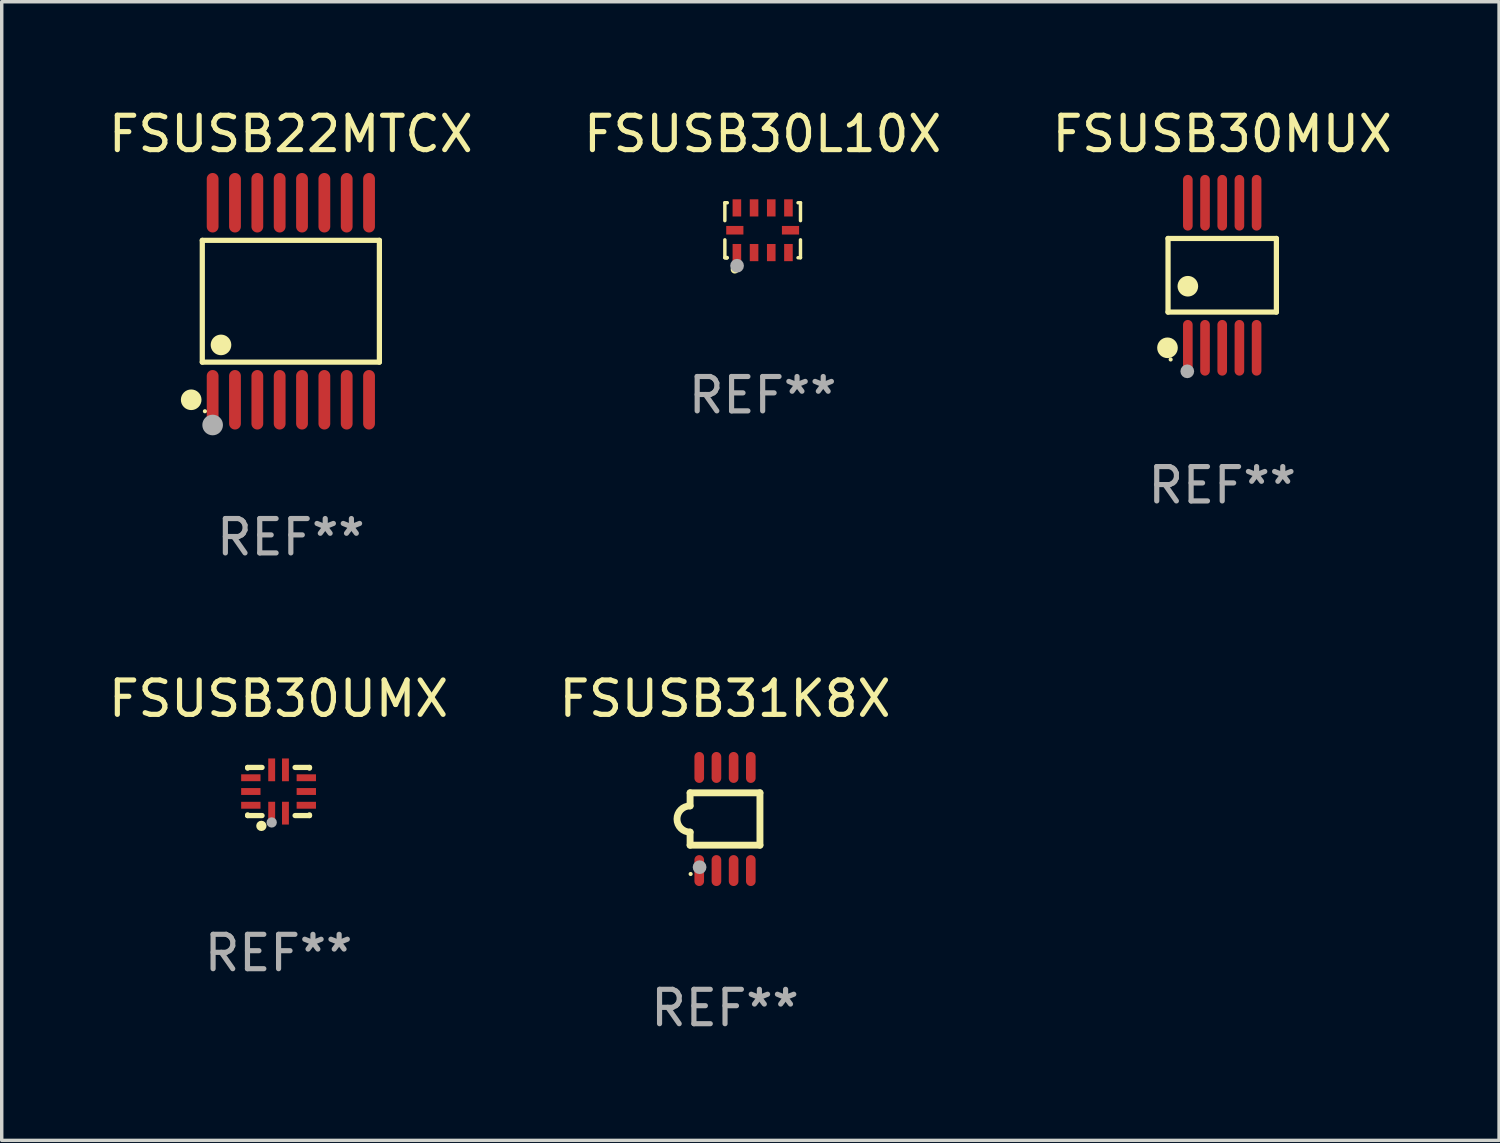
<source format=kicad_pcb>
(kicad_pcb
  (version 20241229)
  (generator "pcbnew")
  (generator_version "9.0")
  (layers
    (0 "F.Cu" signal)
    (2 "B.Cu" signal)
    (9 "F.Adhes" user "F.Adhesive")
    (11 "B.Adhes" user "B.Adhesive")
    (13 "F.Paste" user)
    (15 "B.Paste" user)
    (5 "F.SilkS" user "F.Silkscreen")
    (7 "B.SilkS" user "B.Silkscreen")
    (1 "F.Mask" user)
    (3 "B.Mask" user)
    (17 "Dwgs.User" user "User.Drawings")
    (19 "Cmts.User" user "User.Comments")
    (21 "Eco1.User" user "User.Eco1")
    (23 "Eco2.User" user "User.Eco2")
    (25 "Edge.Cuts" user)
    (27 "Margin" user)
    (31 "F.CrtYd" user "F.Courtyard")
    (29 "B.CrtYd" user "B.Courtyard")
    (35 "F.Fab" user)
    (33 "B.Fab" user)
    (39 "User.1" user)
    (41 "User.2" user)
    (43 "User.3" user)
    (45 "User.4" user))
  (footprint "FSUSB30MUX"
    (layer "F.Cu")
    (at 32.506 4.958)
    (property "Reference" "FSUSB30MUX" (at 0 -4.11 0) (layer "F.SilkS") (effects (font (size 1 1) (thickness 0.15))))
    (attr through_hole)
    (fp_line (start -1.576 -1.071) (end 1.576 -1.071) (stroke (width 0.152) (type solid)) (layer "F.SilkS"))
    (fp_line (start -1.576 1.071) (end -1.576 -1.071) (stroke (width 0.152) (type solid)) (layer "F.SilkS"))
    (fp_line (start 1.576 -1.071) (end 1.576 1.071) (stroke (width 0.152) (type solid)) (layer "F.SilkS"))
    (fp_line (start 1.576 1.071) (end -1.576 1.071) (stroke (width 0.152) (type solid)) (layer "F.SilkS"))
    (fp_circle (center -1.592 2.11) (end -1.442 2.11) (stroke (width 0.3) (type solid)) (fill no) (layer "F.SilkS"))
    (fp_circle (center -1.5 2.45) (end -1.47 2.45) (stroke (width 0.06) (type solid)) (fill no) (layer "F.SilkS"))
    (fp_circle (center -1 0.319) (end -0.85 0.319) (stroke (width 0.3) (type solid)) (fill no) (layer "F.SilkS"))
    (fp_circle (center -1.016 2.794) (end -0.916 2.794) (stroke (width 0.2) (type solid)) (fill no) (layer "F.Fab"))
    (fp_text user "REF**" (at 0 6.11 0) (layer "F.Fab") (effects (font (size 1 1) (thickness 0.15))))
    (pad "1" smd oval (at -1 2.11) (size 0.28 1.62) (layers "F.Cu" "F.Mask" "F.Paste"))
    (pad "2" smd oval (at -0.5 2.11) (size 0.28 1.62) (layers "F.Cu" "F.Mask" "F.Paste"))
    (pad "3" smd oval (at 0 2.11) (size 0.28 1.62) (layers "F.Cu" "F.Mask" "F.Paste"))
    (pad "4" smd oval (at 0.5 2.11) (size 0.28 1.62) (layers "F.Cu" "F.Mask" "F.Paste"))
    (pad "5" smd oval (at 1 2.11) (size 0.28 1.62) (layers "F.Cu" "F.Mask" "F.Paste"))
    (pad "6" smd oval (at 1 -2.11) (size 0.28 1.62) (layers "F.Cu" "F.Mask" "F.Paste"))
    (pad "7" smd oval (at 0.5 -2.11) (size 0.28 1.62) (layers "F.Cu" "F.Mask" "F.Paste"))
    (pad "8" smd oval (at 0 -2.11) (size 0.28 1.62) (layers "F.Cu" "F.Mask" "F.Paste"))
    (pad "9" smd oval (at -0.5 -2.11) (size 0.28 1.62) (layers "F.Cu" "F.Mask" "F.Paste"))
    (pad "10" smd oval (at -1 -2.11) (size 0.28 1.62) (layers "F.Cu" "F.Mask" "F.Paste")))
  (footprint "FSUSB30L10X"
    (layer "F.Cu")
    (at 19.137 3.648)
    (property "Reference" "FSUSB30L10X" (at 0 -2.8 0) (layer "F.SilkS") (effects (font (size 1 1) (thickness 0.15))))
    (attr through_hole)
    (fp_line (start -1.1 -0.8) (end -1.1 -0.279) (stroke (width 0.1) (type solid)) (layer "F.SilkS"))
    (fp_line (start -1.1 0.279) (end -1.1 0.8) (stroke (width 0.1) (type solid)) (layer "F.SilkS"))
    (fp_line (start -1.1 0.8) (end -1.029 0.8) (stroke (width 0.1) (type solid)) (layer "F.SilkS"))
    (fp_line (start -1.029 -0.8) (end -1.1 -0.8) (stroke (width 0.1) (type solid)) (layer "F.SilkS"))
    (fp_line (start 1.029 0.8) (end 1.1 0.8) (stroke (width 0.1) (type solid)) (layer "F.SilkS"))
    (fp_line (start 1.1 -0.8) (end 1.029 -0.8) (stroke (width 0.1) (type solid)) (layer "F.SilkS"))
    (fp_line (start 1.1 -0.8) (end 1.1 -0.279) (stroke (width 0.1) (type solid)) (layer "F.SilkS"))
    (fp_line (start 1.1 0.279) (end 1.1 0.8) (stroke (width 0.1) (type solid)) (layer "F.SilkS"))
    (fp_circle (center -1.05 0.8) (end -1.02 0.8) (stroke (width 0.06) (type solid)) (fill no) (layer "F.SilkS"))
    (fp_circle (center -0.81 1.14) (end -0.739 1.14) (stroke (width 0.1) (type solid)) (fill no) (layer "F.SilkS"))
    (fp_circle (center -0.745 1.033) (end -0.645 1.033) (stroke (width 0.2) (type solid)) (fill no) (layer "F.Fab"))
    (fp_text user "REF**" (at 0 4.8 0) (layer "F.Fab") (effects (font (size 1 1) (thickness 0.15))))
    (pad "1" smd rect (at -0.75 0.65) (size 0.25 0.5) (layers "F.Cu" "F.Mask" "F.Paste"))
    (pad "2" smd rect (at -0.25 0.65) (size 0.25 0.5) (layers "F.Cu" "F.Mask" "F.Paste"))
    (pad "3" smd rect (at 0.25 0.65) (size 0.25 0.5) (layers "F.Cu" "F.Mask" "F.Paste"))
    (pad "4" smd rect (at 0.75 0.65) (size 0.25 0.5) (layers "F.Cu" "F.Mask" "F.Paste"))
    (pad "5" smd rect (at 0.81 0.000013 90) (size 0.25 0.5) (layers "F.Cu" "F.Mask" "F.Paste"))
    (pad "6" smd rect (at 0.75 -0.65) (size 0.25 0.5) (layers "F.Cu" "F.Mask" "F.Paste"))
    (pad "7" smd rect (at 0.25 -0.65) (size 0.25 0.5) (layers "F.Cu" "F.Mask" "F.Paste"))
    (pad "8" smd rect (at -0.25 -0.65) (size 0.25 0.5) (layers "F.Cu" "F.Mask" "F.Paste"))
    (pad "9" smd rect (at -0.75 -0.65) (size 0.25 0.5) (layers "F.Cu" "F.Mask" "F.Paste"))
    (pad "10" smd rect (at -0.81 0.000013 90) (size 0.25 0.5) (layers "F.Cu" "F.Mask" "F.Paste")))
  (footprint "FSUSB22MTCX"
    (layer "F.Cu")
    (at 5.411 5.714)
    (property "Reference" "FSUSB22MTCX" (at 0 -4.866 0) (layer "F.SilkS") (effects (font (size 1 1) (thickness 0.15))))
    (attr through_hole)
    (fp_line (start -2.576 -1.772) (end 2.576 -1.772) (stroke (width 0.152) (type solid)) (layer "F.SilkS"))
    (fp_line (start -2.576 1.771) (end -2.576 -1.772) (stroke (width 0.152) (type solid)) (layer "F.SilkS"))
    (fp_line (start 2.576 -1.772) (end 2.576 1.771) (stroke (width 0.152) (type solid)) (layer "F.SilkS"))
    (fp_line (start 2.576 1.771) (end -2.576 1.771) (stroke (width 0.152) (type solid)) (layer "F.SilkS"))
    (fp_circle (center -2.899 2.866) (end -2.749 2.866) (stroke (width 0.3) (type solid)) (fill no) (layer "F.SilkS"))
    (fp_circle (center -2.5 3.2) (end -2.47 3.2) (stroke (width 0.06) (type solid)) (fill no) (layer "F.SilkS"))
    (fp_circle (center -2.032 1.27) (end -1.882 1.27) (stroke (width 0.3) (type solid)) (fill no) (layer "F.SilkS"))
    (fp_circle (center -2.275 3.6) (end -2.125 3.6) (stroke (width 0.3) (type solid)) (fill no) (layer "F.Fab"))
    (fp_text user "REF**" (at 0 6.866 0) (layer "F.Fab") (effects (font (size 1 1) (thickness 0.15))))
    (pad "1" smd oval (at -2.275 2.866) (size 0.343 1.731) (layers "F.Cu" "F.Mask" "F.Paste"))
    (pad "2" smd oval (at -1.625 2.866) (size 0.343 1.731) (layers "F.Cu" "F.Mask" "F.Paste"))
    (pad "3" smd oval (at -0.975 2.866) (size 0.343 1.731) (layers "F.Cu" "F.Mask" "F.Paste"))
    (pad "4" smd oval (at -0.325 2.866) (size 0.343 1.731) (layers "F.Cu" "F.Mask" "F.Paste"))
    (pad "5" smd oval (at 0.325 2.866) (size 0.343 1.731) (layers "F.Cu" "F.Mask" "F.Paste"))
    (pad "6" smd oval (at 0.975 2.866) (size 0.343 1.731) (layers "F.Cu" "F.Mask" "F.Paste"))
    (pad "7" smd oval (at 1.625 2.866) (size 0.343 1.731) (layers "F.Cu" "F.Mask" "F.Paste"))
    (pad "8" smd oval (at 2.275 2.866) (size 0.343 1.731) (layers "F.Cu" "F.Mask" "F.Paste"))
    (pad "9" smd oval (at 2.275 -2.866) (size 0.343 1.731) (layers "F.Cu" "F.Mask" "F.Paste"))
    (pad "10" smd oval (at 1.625 -2.866) (size 0.343 1.731) (layers "F.Cu" "F.Mask" "F.Paste"))
    (pad "11" smd oval (at 0.975 -2.866) (size 0.343 1.731) (layers "F.Cu" "F.Mask" "F.Paste"))
    (pad "12" smd oval (at 0.325 -2.866) (size 0.343 1.731) (layers "F.Cu" "F.Mask" "F.Paste"))
    (pad "13" smd oval (at -0.325 -2.866) (size 0.343 1.731) (layers "F.Cu" "F.Mask" "F.Paste"))
    (pad "14" smd oval (at -0.975 -2.866) (size 0.343 1.731) (layers "F.Cu" "F.Mask" "F.Paste"))
    (pad "15" smd oval (at -1.625 -2.866) (size 0.343 1.731) (layers "F.Cu" "F.Mask" "F.Paste"))
    (pad "16" smd oval (at -2.275 -2.866) (size 0.343 1.731) (layers "F.Cu" "F.Mask" "F.Paste")))
  (footprint "FSUSB30UMX"
    (layer "F.Cu")
    (at 5.054 19.976)
    (property "Reference" "FSUSB30UMX" (at 0 -2.7 0) (layer "F.SilkS") (effects (font (size 1 1) (thickness 0.15))))
    (attr through_hole)
    (fp_line (start -0.9 -0.7) (end -0.9 -0.68) (stroke (width 0.152) (type solid)) (layer "F.SilkS"))
    (fp_line (start -0.9 0.68) (end -0.9 0.7) (stroke (width 0.152) (type solid)) (layer "F.SilkS"))
    (fp_line (start -0.9 0.7) (end -0.48 0.7) (stroke (width 0.152) (type solid)) (layer "F.SilkS"))
    (fp_line (start -0.48 -0.7) (end -0.9 -0.7) (stroke (width 0.152) (type solid)) (layer "F.SilkS"))
    (fp_line (start 0.48 0.7) (end 0.9 0.7) (stroke (width 0.152) (type solid)) (layer "F.SilkS"))
    (fp_line (start 0.9 -0.7) (end 0.48 -0.7) (stroke (width 0.152) (type solid)) (layer "F.SilkS"))
    (fp_line (start 0.9 -0.68) (end 0.9 -0.7) (stroke (width 0.152) (type solid)) (layer "F.SilkS"))
    (fp_line (start 0.9 0.7) (end 0.9 0.68) (stroke (width 0.152) (type solid)) (layer "F.SilkS"))
    (fp_circle (center -0.9 0.7) (end -0.87 0.7) (stroke (width 0.06) (type solid)) (fill no) (layer "F.SilkS"))
    (fp_circle (center -0.5 1) (end -0.425 1) (stroke (width 0.15) (type solid)) (fill no) (layer "F.SilkS"))
    (fp_circle (center -0.2 0.9) (end -0.125 0.9) (stroke (width 0.15) (type solid)) (fill no) (layer "F.Fab"))
    (fp_text user "REF**" (at 0 4.7 0) (layer "F.Fab") (effects (font (size 1 1) (thickness 0.15))))
    (pad "1" smd rect (at -0.2 0.63) (size 0.2 0.663) (layers "F.Cu" "F.Mask" "F.Paste"))
    (pad "2" smd rect (at 0.2 0.63) (size 0.2 0.663) (layers "F.Cu" "F.Mask" "F.Paste"))
    (pad "3" smd rect (at 0.807 0.4) (size 0.563 0.2) (layers "F.Cu" "F.Mask" "F.Paste"))
    (pad "4" smd rect (at 0.807 0) (size 0.563 0.2) (layers "F.Cu" "F.Mask" "F.Paste"))
    (pad "5" smd rect (at 0.807 -0.4) (size 0.563 0.2) (layers "F.Cu" "F.Mask" "F.Paste"))
    (pad "6" smd rect (at 0.2 -0.63) (size 0.2 0.663) (layers "F.Cu" "F.Mask" "F.Paste"))
    (pad "7" smd rect (at -0.2 -0.63) (size 0.2 0.663) (layers "F.Cu" "F.Mask" "F.Paste"))
    (pad "8" smd rect (at -0.807 -0.4) (size 0.563 0.2) (layers "F.Cu" "F.Mask" "F.Paste"))
    (pad "9" smd rect (at -0.807 0) (size 0.563 0.2) (layers "F.Cu" "F.Mask" "F.Paste"))
    (pad "10" smd rect (at -0.807 0.4) (size 0.563 0.2) (layers "F.Cu" "F.Mask" "F.Paste")))
  (footprint "FSUSB31K8X"
    (layer "F.Cu")
    (at 18.042 20.776)
    (property "Reference" "FSUSB31K8X" (at 0 -3.5 0) (layer "F.SilkS") (effects (font (size 1 1) (thickness 0.15))))
    (attr through_hole)
    (fp_line (start -1.016 -0.762) (end 1.016 -0.762) (stroke (width 0.2) (type solid)) (layer "F.SilkS"))
    (fp_line (start -1.016 -0.381) (end -1.016 -0.762) (stroke (width 0.2) (type solid)) (layer "F.SilkS"))
    (fp_line (start -1.016 0.762) (end -1.016 0.381) (stroke (width 0.2) (type solid)) (layer "F.SilkS"))
    (fp_line (start 1.016 -0.762) (end 1.016 0.762) (stroke (width 0.2) (type solid)) (layer "F.SilkS"))
    (fp_line (start 1.016 0.762) (end -1.016 0.762) (stroke (width 0.2) (type solid)) (layer "F.SilkS"))
    (fp_arc (start -1.016002 0.381001) (mid -1.396698 -0.000025) (end -1.016002 -0.381051) (stroke (width 0.2) (type solid)) (layer "F.SilkS"))
    (fp_circle (center -1 1.6) (end -0.97 1.6) (stroke (width 0.06) (type solid)) (fill no) (layer "F.SilkS"))
    (fp_circle (center -0.74 1.402) (end -0.64 1.402) (stroke (width 0.2) (type solid)) (fill no) (layer "F.Fab"))
    (fp_text user "REF**" (at 0 5.5 0) (layer "F.Fab") (effects (font (size 1 1) (thickness 0.15))))
    (pad "1" smd oval (at -0.75 1.5) (size 0.28 0.9) (layers "F.Cu" "F.Mask" "F.Paste"))
    (pad "2" smd oval (at -0.25 1.5) (size 0.28 0.9) (layers "F.Cu" "F.Mask" "F.Paste"))
    (pad "3" smd oval (at 0.25 1.5) (size 0.28 0.9) (layers "F.Cu" "F.Mask" "F.Paste"))
    (pad "4" smd oval (at 0.75 1.5) (size 0.28 0.9) (layers "F.Cu" "F.Mask" "F.Paste"))
    (pad "5" smd oval (at 0.75 -1.5) (size 0.28 0.9) (layers "F.Cu" "F.Mask" "F.Paste"))
    (pad "6" smd oval (at 0.25 -1.5) (size 0.28 0.9) (layers "F.Cu" "F.Mask" "F.Paste"))
    (pad "7" smd oval (at -0.25 -1.5) (size 0.28 0.9) (layers "F.Cu" "F.Mask" "F.Paste"))
    (pad "8" smd oval (at -0.75 -1.5) (size 0.28 0.9) (layers "F.Cu" "F.Mask" "F.Paste")))
  (gr_rect
    (start -3 -3)
    (end 40.56 30.125)
    (stroke (width 0.1) (type default))
    (fill no)
    (layer "Edge.Cuts")))
</source>
